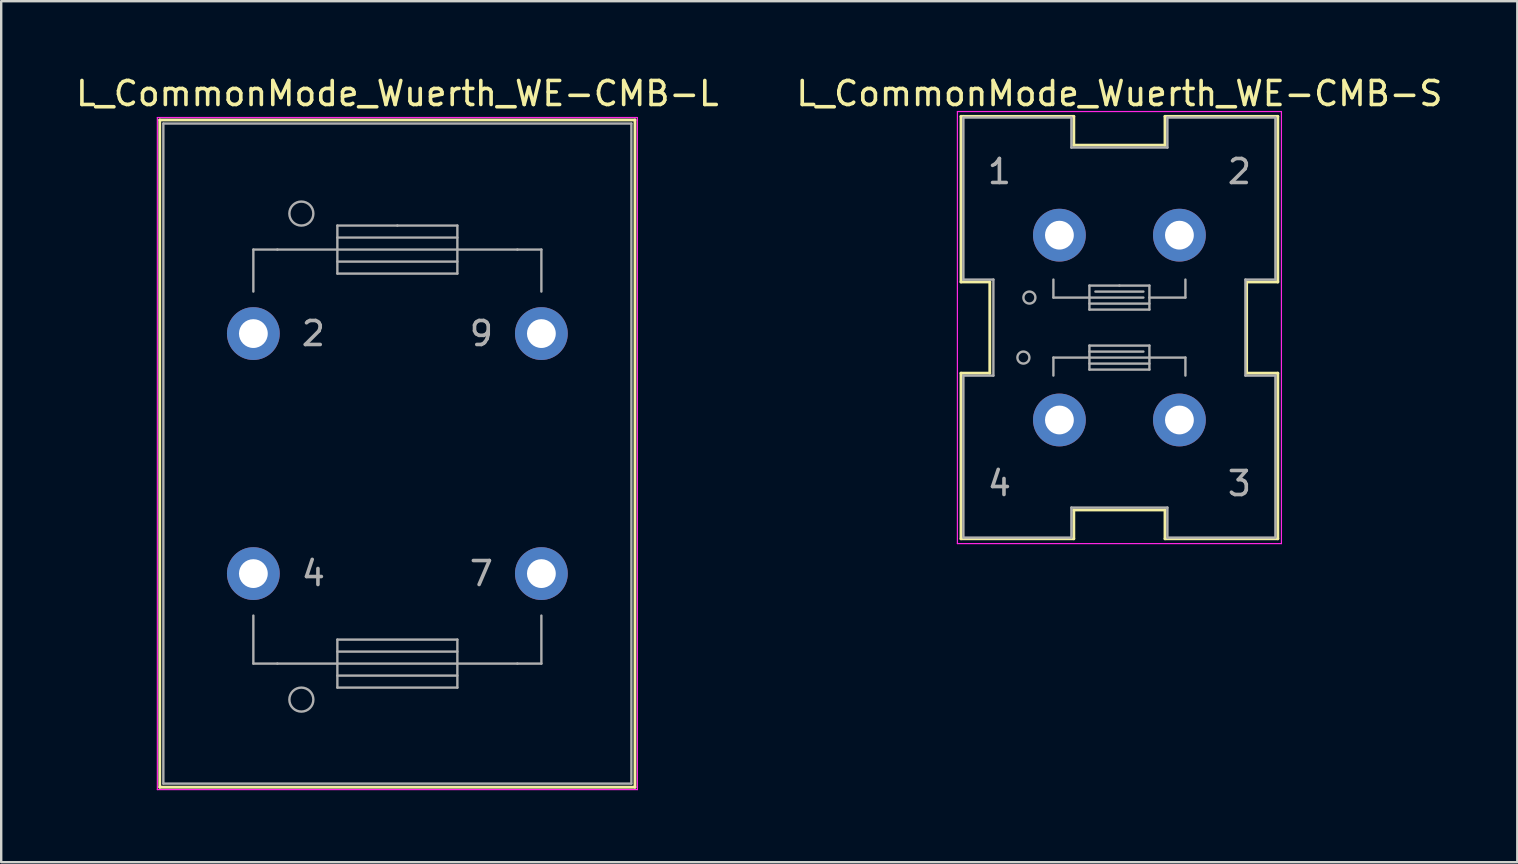
<source format=kicad_pcb>
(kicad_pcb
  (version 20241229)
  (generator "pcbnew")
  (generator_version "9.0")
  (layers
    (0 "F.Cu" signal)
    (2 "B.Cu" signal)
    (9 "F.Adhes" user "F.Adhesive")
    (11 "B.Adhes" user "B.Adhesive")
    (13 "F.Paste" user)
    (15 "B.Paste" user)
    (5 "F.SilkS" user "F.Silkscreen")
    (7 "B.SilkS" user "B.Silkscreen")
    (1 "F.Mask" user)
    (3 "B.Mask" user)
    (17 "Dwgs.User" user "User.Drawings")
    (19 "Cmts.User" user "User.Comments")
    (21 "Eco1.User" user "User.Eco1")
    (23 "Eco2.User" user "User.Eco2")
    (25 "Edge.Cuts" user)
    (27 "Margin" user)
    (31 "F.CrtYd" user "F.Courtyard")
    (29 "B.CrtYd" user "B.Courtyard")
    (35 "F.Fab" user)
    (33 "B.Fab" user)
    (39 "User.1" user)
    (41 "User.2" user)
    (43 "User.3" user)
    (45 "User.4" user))
  (footprint "L_CommonMode_Wuerth_WE-CMB-S"
    (layer "F.Cu")
    (at 41.089 6.748)
    (property "Reference" "L_CommonMode_Wuerth_WE-CMB-S" (at 2.5 -5.9 0) (layer "F.SilkS") (effects (font (size 1 1) (thickness 0.15))))
    (attr through_hole)
    (fp_line (start -4.1 -4.95) (end -4 -4.95) (stroke (width 0.12) (type solid)) (layer "F.SilkS"))
    (fp_line (start -4.1 1.95) (end -4.1 -4.95) (stroke (width 0.12) (type solid)) (layer "F.SilkS"))
    (fp_line (start -4.1 5.75) (end -2.9 5.75) (stroke (width 0.12) (type solid)) (layer "F.SilkS"))
    (fp_line (start -4.1 12.65) (end -4.1 5.75) (stroke (width 0.12) (type solid)) (layer "F.SilkS"))
    (fp_line (start -4 -4.95) (end 0.6 -4.95) (stroke (width 0.12) (type solid)) (layer "F.SilkS"))
    (fp_line (start -2.9 1.95) (end -4.1 1.95) (stroke (width 0.12) (type solid)) (layer "F.SilkS"))
    (fp_line (start -2.9 5.75) (end -2.9 1.95) (stroke (width 0.12) (type solid)) (layer "F.SilkS"))
    (fp_line (start 0.6 -4.95) (end 0.6 -3.75) (stroke (width 0.12) (type solid)) (layer "F.SilkS"))
    (fp_line (start 0.6 -3.75) (end 4.4 -3.75) (stroke (width 0.12) (type solid)) (layer "F.SilkS"))
    (fp_line (start 0.6 11.45) (end 0.6 12.65) (stroke (width 0.12) (type solid)) (layer "F.SilkS"))
    (fp_line (start 0.6 12.65) (end -4.1 12.65) (stroke (width 0.12) (type solid)) (layer "F.SilkS"))
    (fp_line (start 4.4 -4.95) (end 9.1 -4.95) (stroke (width 0.12) (type solid)) (layer "F.SilkS"))
    (fp_line (start 4.4 -3.75) (end 4.4 -4.95) (stroke (width 0.12) (type solid)) (layer "F.SilkS"))
    (fp_line (start 4.4 11.45) (end 0.6 11.45) (stroke (width 0.12) (type solid)) (layer "F.SilkS"))
    (fp_line (start 4.4 12.65) (end 4.4 11.45) (stroke (width 0.12) (type solid)) (layer "F.SilkS"))
    (fp_line (start 7.8 1.95) (end 7.8 5.75) (stroke (width 0.12) (type solid)) (layer "F.SilkS"))
    (fp_line (start 7.8 5.75) (end 9.1 5.75) (stroke (width 0.12) (type solid)) (layer "F.SilkS"))
    (fp_line (start 9.1 -4.95) (end 9.1 1.95) (stroke (width 0.12) (type solid)) (layer "F.SilkS"))
    (fp_line (start 9.1 1.95) (end 7.8 1.95) (stroke (width 0.12) (type solid)) (layer "F.SilkS"))
    (fp_line (start 9.1 5.75) (end 9.1 12.65) (stroke (width 0.12) (type solid)) (layer "F.SilkS"))
    (fp_line (start 9.1 12.65) (end 4.4 12.65) (stroke (width 0.12) (type solid)) (layer "F.SilkS"))
    (fp_line (start -4.25 -5.15) (end -4.25 12.85) (stroke (width 0.05) (type solid)) (layer "F.CrtYd"))
    (fp_line (start -4.25 12.85) (end 9.25 12.85) (stroke (width 0.05) (type solid)) (layer "F.CrtYd"))
    (fp_line (start 9.25 -5.15) (end -4.25 -5.15) (stroke (width 0.05) (type solid)) (layer "F.CrtYd"))
    (fp_line (start 9.25 12.85) (end 9.25 -5.15) (stroke (width 0.05) (type solid)) (layer "F.CrtYd"))
    (fp_line (start -4 -4.9) (end -4 1.85) (stroke (width 0.1) (type solid)) (layer "F.Fab"))
    (fp_line (start -4 1.85) (end -2.75 1.85) (stroke (width 0.1) (type solid)) (layer "F.Fab"))
    (fp_line (start -4 5.85) (end -4 12.6) (stroke (width 0.1) (type solid)) (layer "F.Fab"))
    (fp_line (start -4 12.6) (end 0.5 12.6) (stroke (width 0.1) (type solid)) (layer "F.Fab"))
    (fp_line (start -2.75 1.85) (end -2.75 5.85) (stroke (width 0.1) (type solid)) (layer "F.Fab"))
    (fp_line (start -2.75 5.85) (end -4 5.85) (stroke (width 0.1) (type solid)) (layer "F.Fab"))
    (fp_line (start -0.25 2.6) (end -0.25 1.85) (stroke (width 0.1) (type solid)) (layer "F.Fab"))
    (fp_line (start -0.25 5.1) (end -0.25 5.85) (stroke (width 0.1) (type solid)) (layer "F.Fab"))
    (fp_line (start 0.5 -4.9) (end -4 -4.9) (stroke (width 0.1) (type solid)) (layer "F.Fab"))
    (fp_line (start 0.5 -3.65) (end 0.5 -4.9) (stroke (width 0.1) (type solid)) (layer "F.Fab"))
    (fp_line (start 0.5 11.35) (end 4.5 11.35) (stroke (width 0.1) (type solid)) (layer "F.Fab"))
    (fp_line (start 0.5 12.6) (end 0.5 11.35) (stroke (width 0.1) (type solid)) (layer "F.Fab"))
    (fp_line (start 1.25 2.1) (end 2.5 2.1) (stroke (width 0.1) (type solid)) (layer "F.Fab"))
    (fp_line (start 1.25 2.6) (end -0.25 2.6) (stroke (width 0.1) (type solid)) (layer "F.Fab"))
    (fp_line (start 1.25 2.85) (end 3.75 2.85) (stroke (width 0.1) (type solid)) (layer "F.Fab"))
    (fp_line (start 1.25 3.1) (end 1.25 2.1) (stroke (width 0.1) (type solid)) (layer "F.Fab"))
    (fp_line (start 1.25 4.6) (end 3.75 4.6) (stroke (width 0.1) (type solid)) (layer "F.Fab"))
    (fp_line (start 1.25 4.85) (end 3.5 4.85) (stroke (width 0.1) (type solid)) (layer "F.Fab"))
    (fp_line (start 1.25 5.1) (end -0.25 5.1) (stroke (width 0.1) (type solid)) (layer "F.Fab"))
    (fp_line (start 1.25 5.6) (end 1.25 4.6) (stroke (width 0.1) (type solid)) (layer "F.Fab"))
    (fp_line (start 2.5 2.1) (end 3.75 2.1) (stroke (width 0.1) (type solid)) (layer "F.Fab"))
    (fp_line (start 3.5 2.35) (end 1.5 2.35) (stroke (width 0.1) (type solid)) (layer "F.Fab"))
    (fp_line (start 3.5 2.6) (end 1.25 2.6) (stroke (width 0.1) (type solid)) (layer "F.Fab"))
    (fp_line (start 3.75 2.1) (end 3.75 3.1) (stroke (width 0.1) (type solid)) (layer "F.Fab"))
    (fp_line (start 3.75 2.6) (end 5.25 2.6) (stroke (width 0.1) (type solid)) (layer "F.Fab"))
    (fp_line (start 3.75 3.1) (end 1.25 3.1) (stroke (width 0.1) (type solid)) (layer "F.Fab"))
    (fp_line (start 3.75 4.6) (end 3.75 5.6) (stroke (width 0.1) (type solid)) (layer "F.Fab"))
    (fp_line (start 3.75 5.1) (end 1.25 5.1) (stroke (width 0.1) (type solid)) (layer "F.Fab"))
    (fp_line (start 3.75 5.1) (end 5.25 5.1) (stroke (width 0.1) (type solid)) (layer "F.Fab"))
    (fp_line (start 3.75 5.35) (end 1.25 5.35) (stroke (width 0.1) (type solid)) (layer "F.Fab"))
    (fp_line (start 3.75 5.6) (end 1.25 5.6) (stroke (width 0.1) (type solid)) (layer "F.Fab"))
    (fp_line (start 4.5 -4.9) (end 4.5 -3.65) (stroke (width 0.1) (type solid)) (layer "F.Fab"))
    (fp_line (start 4.5 -3.65) (end 0.5 -3.65) (stroke (width 0.1) (type solid)) (layer "F.Fab"))
    (fp_line (start 4.5 11.35) (end 4.5 12.6) (stroke (width 0.1) (type solid)) (layer "F.Fab"))
    (fp_line (start 4.5 12.6) (end 9 12.6) (stroke (width 0.1) (type solid)) (layer "F.Fab"))
    (fp_line (start 5.25 2.6) (end 5.25 1.85) (stroke (width 0.1) (type solid)) (layer "F.Fab"))
    (fp_line (start 5.25 5.1) (end 5.25 5.85) (stroke (width 0.1) (type solid)) (layer "F.Fab"))
    (fp_line (start 7.75 1.85) (end 9 1.85) (stroke (width 0.1) (type solid)) (layer "F.Fab"))
    (fp_line (start 7.75 5.85) (end 7.75 1.85) (stroke (width 0.1) (type solid)) (layer "F.Fab"))
    (fp_line (start 9 -4.9) (end 4.5 -4.9) (stroke (width 0.1) (type solid)) (layer "F.Fab"))
    (fp_line (start 9 1.85) (end 9 -4.9) (stroke (width 0.1) (type solid)) (layer "F.Fab"))
    (fp_line (start 9 5.85) (end 7.75 5.85) (stroke (width 0.1) (type solid)) (layer "F.Fab"))
    (fp_line (start 9 12.6) (end 9 5.85) (stroke (width 0.1) (type solid)) (layer "F.Fab"))
    (fp_circle (center -1.5 5.1) (end -1.5 4.85) (stroke (width 0.1) (type solid)) (fill no) (layer "F.Fab"))
    (fp_circle (center -1.25 2.6) (end -1 2.6) (stroke (width 0.1) (type solid)) (fill no) (layer "F.Fab"))
    (fp_text user "3" (at 7.5 10.35 0) (layer "F.Fab") (effects (font (size 1 1) (thickness 0.15))))
    (fp_text user "4" (at -2.5 10.35 0) (layer "F.Fab") (effects (font (size 1 1) (thickness 0.15))))
    (fp_text user "2" (at 7.5 -2.65 0) (layer "F.Fab") (effects (font (size 1 1) (thickness 0.15))))
    (fp_text user "1" (at -2.5 -2.65 0) (layer "F.Fab") (effects (font (size 1 1) (thickness 0.15))))
    (pad "1" thru_hole circle (at 0 0) (size 2.2 2.2) (drill 1.2) (layers "*.Cu" "*.Mask"))
    (pad "2" thru_hole circle (at 5 0) (size 2.2 2.2) (drill 1.2) (layers "*.Cu" "*.Mask"))
    (pad "3" thru_hole circle (at 5 7.7) (size 2.2 2.2) (drill 1.2) (layers "*.Cu" "*.Mask"))
    (pad "4" thru_hole circle (at 0 7.7) (size 2.2 2.2) (drill 1.2) (layers "*.Cu" "*.Mask")))
  (footprint "L_CommonMode_Wuerth_WE-CMB-L"
    (layer "F.Cu")
    (at 7.506 10.848)
    (property "Reference" "L_CommonMode_Wuerth_WE-CMB-L" (at 6 -10 0) (layer "F.SilkS") (effects (font (size 1 1) (thickness 0.15))))
    (attr through_hole)
    (fp_line (start -3.9 18.9) (end -3.9 -8.9) (stroke (width 0.12) (type solid)) (layer "F.SilkS"))
    (fp_line (start -3.9 18.9) (end 15.9 18.9) (stroke (width 0.12) (type solid)) (layer "F.SilkS"))
    (fp_line (start 15.9 -8.9) (end -3.9 -8.9) (stroke (width 0.12) (type solid)) (layer "F.SilkS"))
    (fp_line (start 15.9 18.9) (end 15.9 -8.9) (stroke (width 0.12) (type solid)) (layer "F.SilkS"))
    (fp_line (start -4 -9) (end -4 19) (stroke (width 0.05) (type solid)) (layer "F.CrtYd"))
    (fp_line (start -4 19) (end 16 19) (stroke (width 0.05) (type solid)) (layer "F.CrtYd"))
    (fp_line (start 16 -9) (end -4 -9) (stroke (width 0.05) (type solid)) (layer "F.CrtYd"))
    (fp_line (start 16 19) (end 16 -9) (stroke (width 0.05) (type solid)) (layer "F.CrtYd"))
    (fp_line (start -3.75 -8.75) (end -3.75 18.75) (stroke (width 0.1) (type solid)) (layer "F.Fab"))
    (fp_line (start 0 -3.5) (end 0 -1.75) (stroke (width 0.1) (type solid)) (layer "F.Fab"))
    (fp_line (start 0 13.75) (end 0 11.75) (stroke (width 0.1) (type solid)) (layer "F.Fab"))
    (fp_line (start 1 -3.5) (end 0 -3.5) (stroke (width 0.1) (type solid)) (layer "F.Fab"))
    (fp_line (start 1 13.75) (end 0 13.75) (stroke (width 0.1) (type solid)) (layer "F.Fab"))
    (fp_line (start 1 13.75) (end 3.5 13.75) (stroke (width 0.1) (type solid)) (layer "F.Fab"))
    (fp_line (start 3.5 -4.5) (end 6 -4.5) (stroke (width 0.1) (type solid)) (layer "F.Fab"))
    (fp_line (start 3.5 -3.5) (end 1 -3.5) (stroke (width 0.1) (type solid)) (layer "F.Fab"))
    (fp_line (start 3.5 -3.5) (end 8.5 -3.5) (stroke (width 0.1) (type solid)) (layer "F.Fab"))
    (fp_line (start 3.5 -3) (end 8.5 -3) (stroke (width 0.1) (type solid)) (layer "F.Fab"))
    (fp_line (start 3.5 -2.5) (end 3.5 -4.5) (stroke (width 0.1) (type solid)) (layer "F.Fab"))
    (fp_line (start 3.5 12.75) (end 8.5 12.75) (stroke (width 0.1) (type solid)) (layer "F.Fab"))
    (fp_line (start 3.5 14.25) (end 8.5 14.25) (stroke (width 0.1) (type solid)) (layer "F.Fab"))
    (fp_line (start 3.5 14.75) (end 3.5 12.75) (stroke (width 0.1) (type solid)) (layer "F.Fab"))
    (fp_line (start 6 -4.5) (end 8.5 -4.5) (stroke (width 0.1) (type solid)) (layer "F.Fab"))
    (fp_line (start 8.5 -4.5) (end 8.5 -2.5) (stroke (width 0.1) (type solid)) (layer "F.Fab"))
    (fp_line (start 8.5 -4) (end 3.5 -4) (stroke (width 0.1) (type solid)) (layer "F.Fab"))
    (fp_line (start 8.5 -3.5) (end 11 -3.5) (stroke (width 0.1) (type solid)) (layer "F.Fab"))
    (fp_line (start 8.5 -2.5) (end 3.5 -2.5) (stroke (width 0.1) (type solid)) (layer "F.Fab"))
    (fp_line (start 8.5 12.75) (end 8.5 14.75) (stroke (width 0.1) (type solid)) (layer "F.Fab"))
    (fp_line (start 8.5 13.25) (end 3.5 13.25) (stroke (width 0.1) (type solid)) (layer "F.Fab"))
    (fp_line (start 8.5 13.75) (end 3.5 13.75) (stroke (width 0.1) (type solid)) (layer "F.Fab"))
    (fp_line (start 8.5 14.75) (end 3.5 14.75) (stroke (width 0.1) (type solid)) (layer "F.Fab"))
    (fp_line (start 11 -3.5) (end 12 -3.5) (stroke (width 0.1) (type solid)) (layer "F.Fab"))
    (fp_line (start 11 13.75) (end 8.5 13.75) (stroke (width 0.1) (type solid)) (layer "F.Fab"))
    (fp_line (start 11 13.75) (end 12 13.75) (stroke (width 0.1) (type solid)) (layer "F.Fab"))
    (fp_line (start 12 -3.5) (end 12 -1.75) (stroke (width 0.1) (type solid)) (layer "F.Fab"))
    (fp_line (start 12 13.75) (end 12 11.75) (stroke (width 0.1) (type solid)) (layer "F.Fab"))
    (fp_line (start 15.75 -8.75) (end -3.75 -8.75) (stroke (width 0.1) (type solid)) (layer "F.Fab"))
    (fp_line (start 15.75 -8.75) (end 15.75 18.75) (stroke (width 0.1) (type solid)) (layer "F.Fab"))
    (fp_line (start 15.75 18.75) (end -3.75 18.75) (stroke (width 0.1) (type solid)) (layer "F.Fab"))
    (fp_circle (center 2 -5) (end 2.5 -5) (stroke (width 0.1) (type solid)) (fill no) (layer "F.Fab"))
    (fp_circle (center 2 15.25) (end 2.5 15.25) (stroke (width 0.1) (type solid)) (fill no) (layer "F.Fab"))
    (fp_text user "7" (at 9.5 10 0) (layer "F.Fab") (effects (font (size 1 1) (thickness 0.15))))
    (fp_text user "2" (at 2.5 0 0) (layer "F.Fab") (effects (font (size 1 1) (thickness 0.15))))
    (fp_text user "4" (at 2.5 10 0) (layer "F.Fab") (effects (font (size 1 1) (thickness 0.15))))
    (fp_text user "9" (at 9.5 0 0) (layer "F.Fab") (effects (font (size 1 1) (thickness 0.15))))
    (pad "2" thru_hole circle (at 0 0) (size 2.2 2.2) (drill 1.2) (layers "*.Cu" "*.Mask"))
    (pad "4" thru_hole circle (at 0 10) (size 2.2 2.2) (drill 1.2) (layers "*.Cu" "*.Mask"))
    (pad "7" thru_hole circle (at 12 10) (size 2.2 2.2) (drill 1.2) (layers "*.Cu" "*.Mask"))
    (pad "9" thru_hole circle (at 12 0) (size 2.2 2.2) (drill 1.2) (layers "*.Cu" "*.Mask")))
  (gr_rect
    (start -3 -3)
    (end 60.167 32.873)
    (stroke (width 0.1) (type default))
    (fill no)
    (layer "Edge.Cuts")))
</source>
